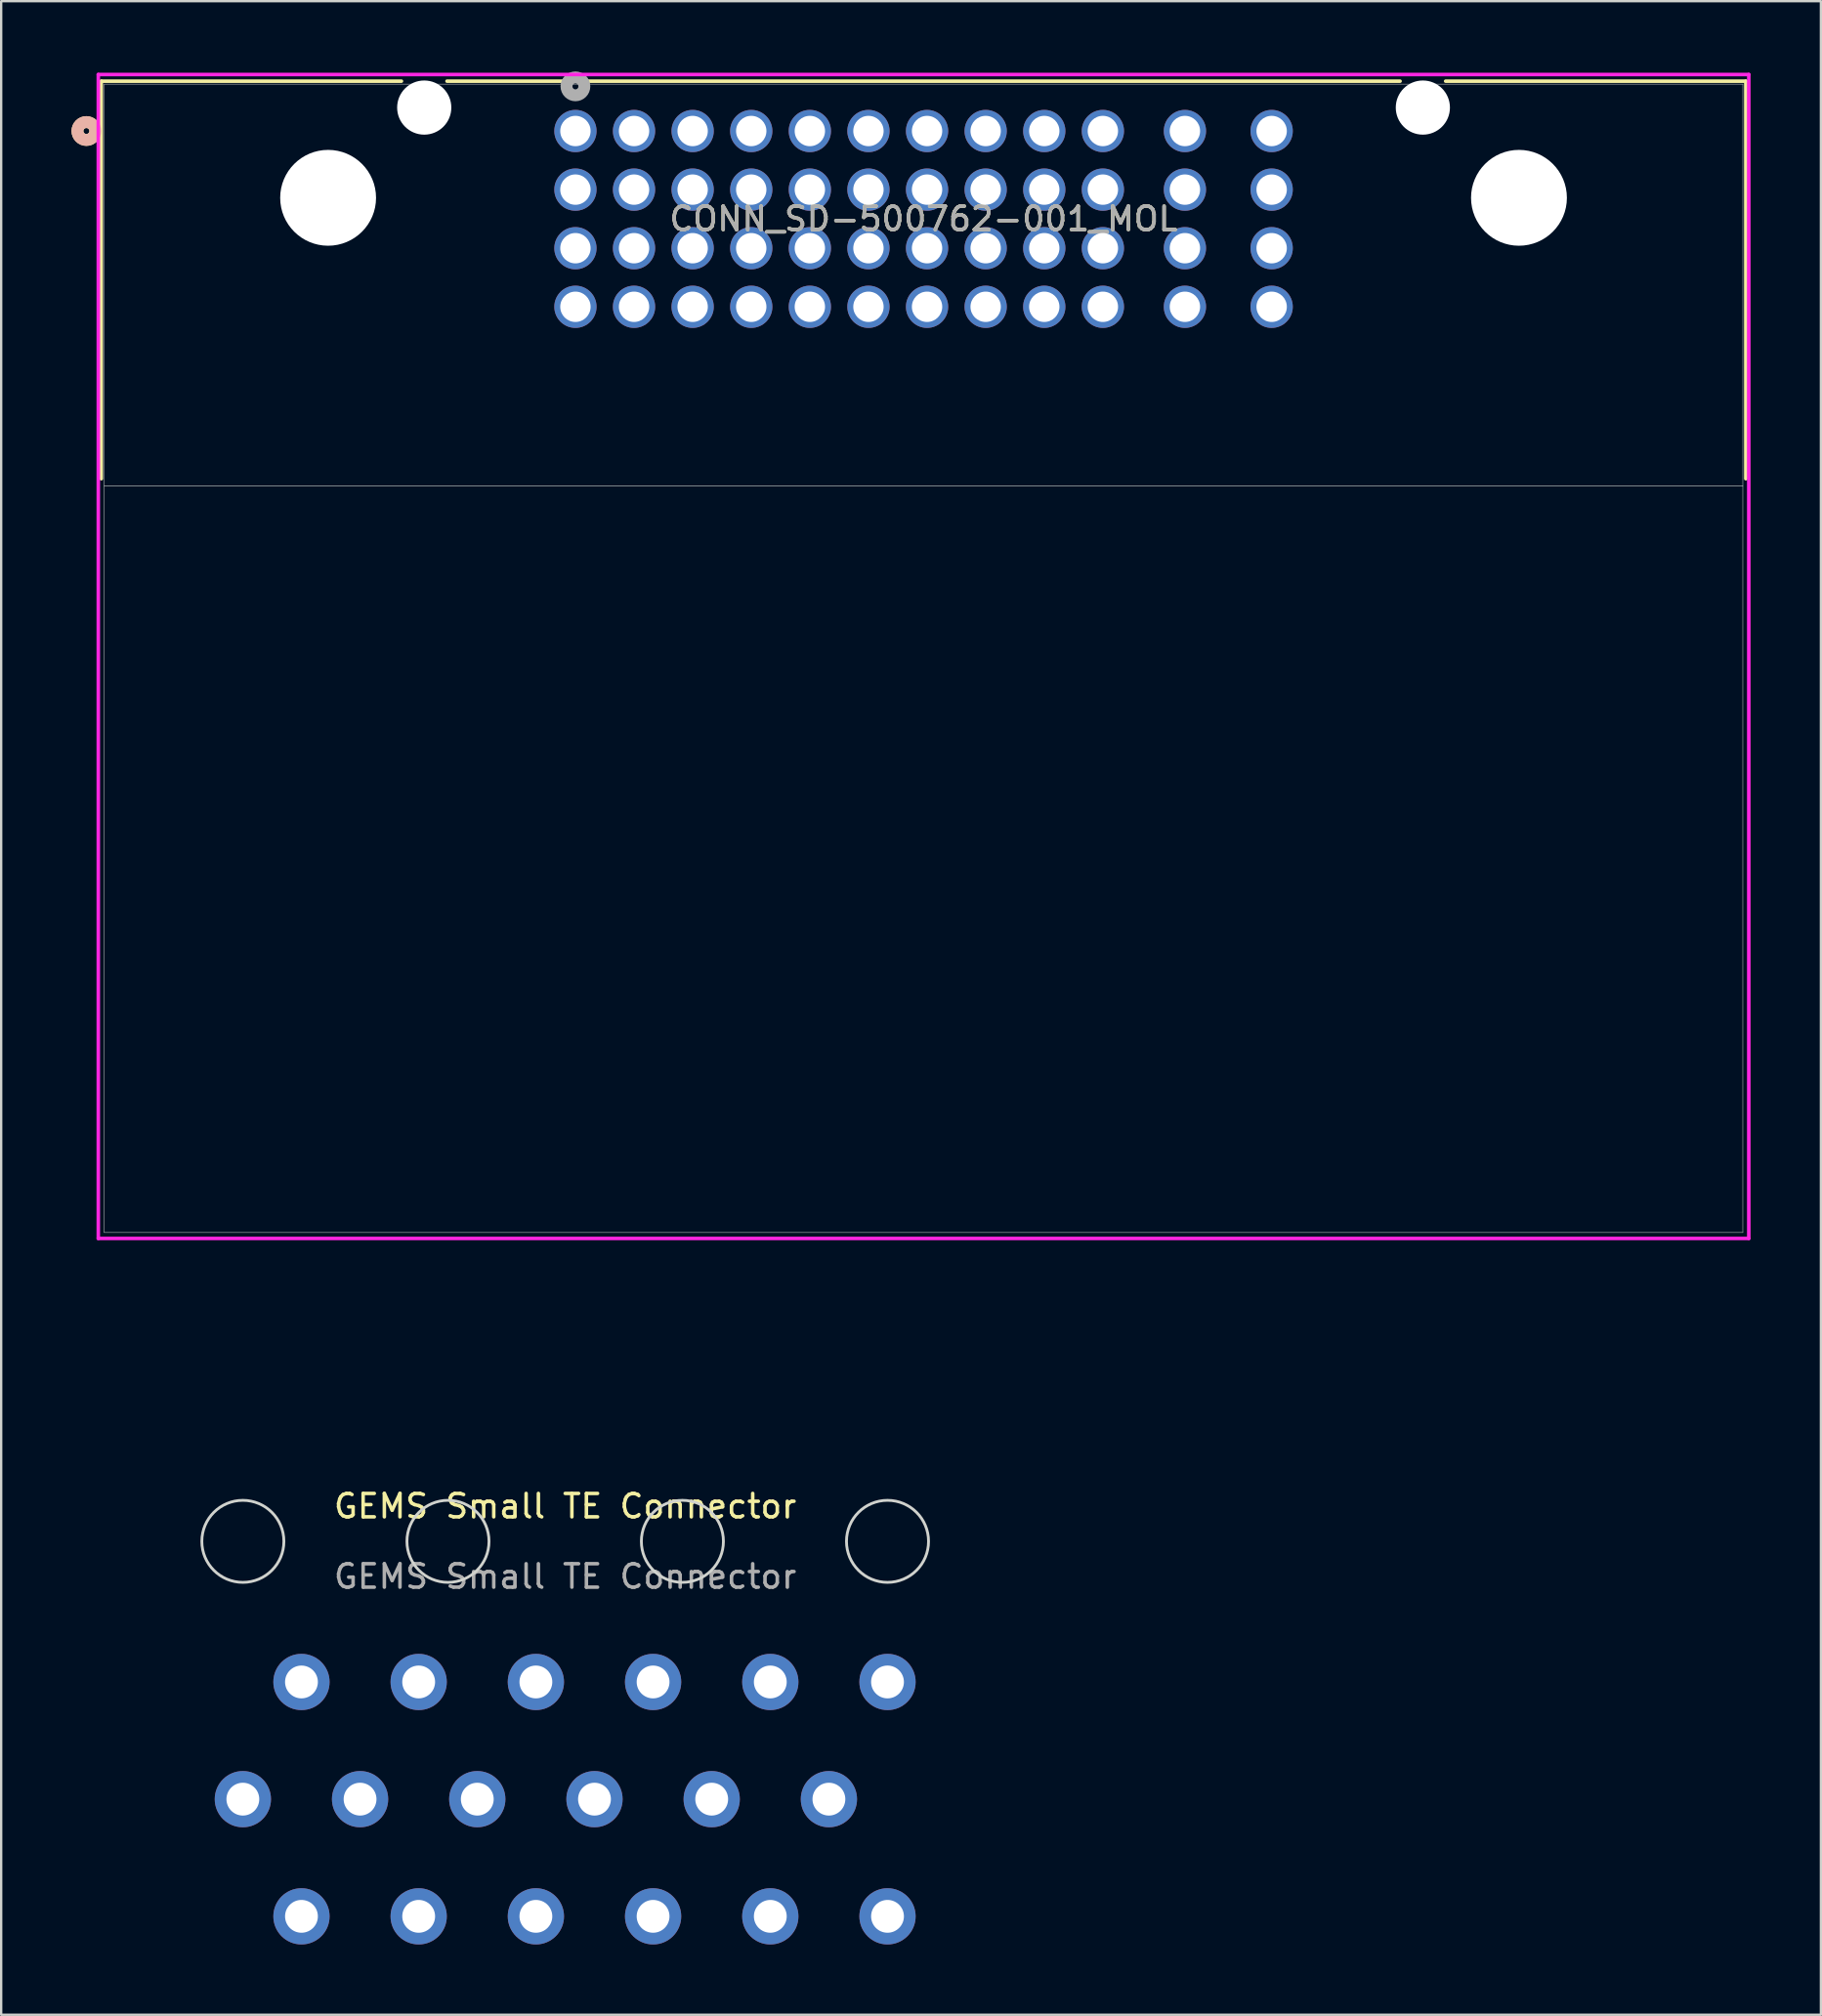
<source format=kicad_pcb>
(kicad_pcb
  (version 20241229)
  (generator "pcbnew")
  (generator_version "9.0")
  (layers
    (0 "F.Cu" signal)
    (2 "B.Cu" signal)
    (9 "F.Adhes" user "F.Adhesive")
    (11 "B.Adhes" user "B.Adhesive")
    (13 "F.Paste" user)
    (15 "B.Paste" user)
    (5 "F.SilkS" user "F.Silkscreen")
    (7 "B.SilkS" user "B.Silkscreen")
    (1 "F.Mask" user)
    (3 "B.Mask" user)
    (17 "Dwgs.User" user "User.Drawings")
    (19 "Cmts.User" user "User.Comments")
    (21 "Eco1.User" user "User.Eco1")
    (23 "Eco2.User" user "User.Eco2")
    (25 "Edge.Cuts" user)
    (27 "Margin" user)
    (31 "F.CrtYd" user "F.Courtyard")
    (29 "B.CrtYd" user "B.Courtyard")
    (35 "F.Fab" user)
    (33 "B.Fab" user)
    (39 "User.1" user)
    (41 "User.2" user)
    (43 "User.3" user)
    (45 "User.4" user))
  (footprint "GEMS Small TE Connector"
    (layer "F.Cu")
    (at 21.06 63.715)
    (property "Reference" "GEMS Small TE Connector" (at 0 -2.5 0) (unlocked yes) (layer "F.SilkS") (effects (font (size 1 1) (thickness 0.15))))
    (attr through_hole)
    (fp_circle (center -13.75 -1) (end -12 -1) (stroke (width 0.12) (type solid)) (fill no) (layer "Edge.Cuts"))
    (fp_circle (center -5 -1) (end -3.25 -1) (stroke (width 0.12) (type solid)) (fill no) (layer "Edge.Cuts"))
    (fp_circle (center 5 -1) (end 6.75 -1) (stroke (width 0.12) (type solid)) (fill no) (layer "Edge.Cuts"))
    (fp_circle (center 13.75 -1) (end 15.5 -1) (stroke (width 0.12) (type solid)) (fill no) (layer "Edge.Cuts"))
    (fp_line (start -21 -6.5) (end 21 -6.5) (stroke (width 0.12) (type solid)) (layer "User.1"))
    (fp_text user "${REFERENCE}" (at 0 0.5 0) (unlocked yes) (layer "F.Fab") (effects (font (size 1 1) (thickness 0.15))))
    (fp_text user "Plug Black CD_344103_E1" (at 0 -10 0) (unlocked yes) (layer "User.1") (effects (font (size 1 1) (thickness 0.15))))
    (pad "1" thru_hole circle (at 13.75 5) (size 2.4 2.4) (drill 1.4) (layers "*.Cu" "*.Mask"))
    (pad "2" thru_hole circle (at 8.75 5) (size 2.4 2.4) (drill 1.4) (layers "*.Cu" "*.Mask"))
    (pad "3" thru_hole circle (at 3.75 5) (size 2.4 2.4) (drill 1.4) (layers "*.Cu" "*.Mask"))
    (pad "4" thru_hole circle (at -1.25 5) (size 2.4 2.4) (drill 1.4) (layers "*.Cu" "*.Mask"))
    (pad "5" thru_hole circle (at -6.25 5) (size 2.4 2.4) (drill 1.4) (layers "*.Cu" "*.Mask"))
    (pad "6" thru_hole circle (at -11.25 5) (size 2.4 2.4) (drill 1.4) (layers "*.Cu" "*.Mask"))
    (pad "7" thru_hole circle (at -13.75 10) (size 2.4 2.4) (drill 1.4) (layers "*.Cu" "*.Mask"))
    (pad "8" thru_hole circle (at -8.75 10) (size 2.4 2.4) (drill 1.4) (layers "*.Cu" "*.Mask"))
    (pad "9" thru_hole circle (at -3.75 10) (size 2.4 2.4) (drill 1.4) (layers "*.Cu" "*.Mask"))
    (pad "10" thru_hole circle (at 1.25 10) (size 2.4 2.4) (drill 1.4) (layers "*.Cu" "*.Mask"))
    (pad "11" thru_hole circle (at 6.25 10) (size 2.4 2.4) (drill 1.4) (layers "*.Cu" "*.Mask"))
    (pad "12" thru_hole circle (at 11.25 10) (size 2.4 2.4) (drill 1.4) (layers "*.Cu" "*.Mask"))
    (pad "13" thru_hole circle (at 13.75 15) (size 2.4 2.4) (drill 1.4) (layers "*.Cu" "*.Mask"))
    (pad "14" thru_hole circle (at 8.75 15) (size 2.4 2.4) (drill 1.4) (layers "*.Cu" "*.Mask"))
    (pad "15" thru_hole circle (at 3.75 15) (size 2.4 2.4) (drill 1.4) (layers "*.Cu" "*.Mask"))
    (pad "16" thru_hole circle (at -1.25 15) (size 2.4 2.4) (drill 1.4) (layers "*.Cu" "*.Mask"))
    (pad "17" thru_hole circle (at -6.25 15) (size 2.4 2.4) (drill 1.4) (layers "*.Cu" "*.Mask"))
    (pad "18" thru_hole circle (at -11.25 15) (size 2.4 2.4) (drill 1.4) (layers "*.Cu" "*.Mask")))
  (footprint "CONN_SD-500762-001_MOL"
    (layer "F.Cu")
    (at 21.497 2.54)
    (property "Reference" "CONN_SD-500762-001_MOL" (at 14.85 3.75 0) (unlocked yes) (layer "F.SilkS") (effects (font (size 1 1) (thickness 0.15))))
    (attr through_hole)
    (fp_line (start -20.227 -2.127) (end -20.227 14.837) (stroke (width 0.152) (type solid)) (layer "F.SilkS"))
    (fp_line (start -7.422 -2.127) (end -20.227 -2.127) (stroke (width 0.152) (type solid)) (layer "F.SilkS"))
    (fp_line (start 35.178 -2.127) (end -5.478 -2.127) (stroke (width 0.152) (type solid)) (layer "F.SilkS"))
    (fp_line (start 49.927 -2.127) (end 37.122 -2.127) (stroke (width 0.152) (type solid)) (layer "F.SilkS"))
    (fp_line (start 49.927 14.837) (end 49.927 -2.127) (stroke (width 0.152) (type solid)) (layer "F.SilkS"))
    (fp_circle (center -20.862 0) (end -20.481 0) (stroke (width 0.508) (type solid)) (fill no) (layer "F.SilkS"))
    (fp_circle (center -20.862 0) (end -20.481 0) (stroke (width 0.508) (type solid)) (fill no) (layer "B.SilkS"))
    (fp_line (start -20.1 15.145) (end 49.8 15.145) (stroke (width 0.025) (type solid)) (layer "Edge.Cuts"))
    (fp_line (start -20.354 -2.41) (end -20.354 47.251) (stroke (width 0.152) (type solid)) (layer "F.CrtYd"))
    (fp_line (start -20.354 47.251) (end 50.054 47.251) (stroke (width 0.152) (type solid)) (layer "F.CrtYd"))
    (fp_line (start 50.054 -2.41) (end -20.354 -2.41) (stroke (width 0.152) (type solid)) (layer "F.CrtYd"))
    (fp_line (start 50.054 47.251) (end 50.054 -2.41) (stroke (width 0.152) (type solid)) (layer "F.CrtYd"))
    (fp_line (start -20.1 -2) (end -20.1 46.997) (stroke (width 0.025) (type solid)) (layer "F.Fab"))
    (fp_line (start -20.1 46.997) (end 49.8 46.997) (stroke (width 0.025) (type solid)) (layer "F.Fab"))
    (fp_line (start 49.8 -2) (end -20.1 -2) (stroke (width 0.025) (type solid)) (layer "F.Fab"))
    (fp_line (start 49.8 46.997) (end 49.8 -2) (stroke (width 0.025) (type solid)) (layer "F.Fab"))
    (fp_circle (center 0 -1.905) (end 0.381 -1.905) (stroke (width 0.508) (type solid)) (fill no) (layer "F.Fab"))
    (fp_text user "${REFERENCE}" (at 14.85 3.75 0) (unlocked yes) (layer "F.Fab") (effects (font (size 1 1) (thickness 0.15))))
    (pad "" np_thru_hole circle (at -10.55 2.85) (size 4.089 4.089) (drill 4.089) (layers "*.Cu" "*.Mask"))
    (pad "" np_thru_hole circle (at -6.45 -1) (size 2.311 2.311) (drill 2.311) (layers "*.Cu" "*.Mask"))
    (pad "" np_thru_hole circle (at 36.15 -1) (size 2.311 2.311) (drill 2.311) (layers "*.Cu" "*.Mask"))
    (pad "" np_thru_hole circle (at 40.25 2.85) (size 4.089 4.089) (drill 4.089) (layers "*.Cu" "*.Mask"))
    (pad "A1" thru_hole circle (at 0 0) (size 1.803 1.803) (drill 1.295) (layers "*.Cu" "*.Mask"))
    (pad "A2" thru_hole circle (at 0 2.5) (size 1.803 1.803) (drill 1.295) (layers "*.Cu" "*.Mask"))
    (pad "A3" thru_hole circle (at 0 5) (size 1.803 1.803) (drill 1.295) (layers "*.Cu" "*.Mask"))
    (pad "A4" thru_hole circle (at 0 7.5) (size 1.803 1.803) (drill 1.295) (layers "*.Cu" "*.Mask"))
    (pad "B1" thru_hole circle (at 2.5 0) (size 1.803 1.803) (drill 1.295) (layers "*.Cu" "*.Mask"))
    (pad "B2" thru_hole circle (at 2.5 2.5) (size 1.803 1.803) (drill 1.295) (layers "*.Cu" "*.Mask"))
    (pad "B3" thru_hole circle (at 2.5 5) (size 1.803 1.803) (drill 1.295) (layers "*.Cu" "*.Mask"))
    (pad "B4" thru_hole circle (at 2.5 7.5) (size 1.803 1.803) (drill 1.295) (layers "*.Cu" "*.Mask"))
    (pad "C1" thru_hole circle (at 5 0) (size 1.803 1.803) (drill 1.295) (layers "*.Cu" "*.Mask"))
    (pad "C2" thru_hole circle (at 5 2.5) (size 1.803 1.803) (drill 1.295) (layers "*.Cu" "*.Mask"))
    (pad "C3" thru_hole circle (at 5 5) (size 1.803 1.803) (drill 1.295) (layers "*.Cu" "*.Mask"))
    (pad "C4" thru_hole circle (at 5 7.5) (size 1.803 1.803) (drill 1.295) (layers "*.Cu" "*.Mask"))
    (pad "D1" thru_hole circle (at 7.5 0) (size 1.803 1.803) (drill 1.295) (layers "*.Cu" "*.Mask"))
    (pad "D2" thru_hole circle (at 7.5 2.5) (size 1.803 1.803) (drill 1.295) (layers "*.Cu" "*.Mask"))
    (pad "D3" thru_hole circle (at 7.5 5) (size 1.803 1.803) (drill 1.295) (layers "*.Cu" "*.Mask"))
    (pad "D4" thru_hole circle (at 7.5 7.5) (size 1.803 1.803) (drill 1.295) (layers "*.Cu" "*.Mask"))
    (pad "E1" thru_hole circle (at 10 0) (size 1.803 1.803) (drill 1.295) (layers "*.Cu" "*.Mask"))
    (pad "E2" thru_hole circle (at 10 2.5) (size 1.803 1.803) (drill 1.295) (layers "*.Cu" "*.Mask"))
    (pad "E3" thru_hole circle (at 10 5) (size 1.803 1.803) (drill 1.295) (layers "*.Cu" "*.Mask"))
    (pad "E4" thru_hole circle (at 10 7.5) (size 1.803 1.803) (drill 1.295) (layers "*.Cu" "*.Mask"))
    (pad "F1" thru_hole circle (at 12.5 0) (size 1.803 1.803) (drill 1.295) (layers "*.Cu" "*.Mask"))
    (pad "F2" thru_hole circle (at 12.5 2.5) (size 1.803 1.803) (drill 1.295) (layers "*.Cu" "*.Mask"))
    (pad "F3" thru_hole circle (at 12.5 5) (size 1.803 1.803) (drill 1.295) (layers "*.Cu" "*.Mask"))
    (pad "F4" thru_hole circle (at 12.5 7.5) (size 1.803 1.803) (drill 1.295) (layers "*.Cu" "*.Mask"))
    (pad "G1" thru_hole circle (at 15 0) (size 1.803 1.803) (drill 1.295) (layers "*.Cu" "*.Mask"))
    (pad "G2" thru_hole circle (at 15 2.5) (size 1.803 1.803) (drill 1.295) (layers "*.Cu" "*.Mask"))
    (pad "G3" thru_hole circle (at 15 5) (size 1.803 1.803) (drill 1.295) (layers "*.Cu" "*.Mask"))
    (pad "G4" thru_hole circle (at 15 7.5) (size 1.803 1.803) (drill 1.295) (layers "*.Cu" "*.Mask"))
    (pad "H1" thru_hole circle (at 17.5 0) (size 1.803 1.803) (drill 1.295) (layers "*.Cu" "*.Mask"))
    (pad "H2" thru_hole circle (at 17.5 2.5) (size 1.803 1.803) (drill 1.295) (layers "*.Cu" "*.Mask"))
    (pad "H3" thru_hole circle (at 17.5 5) (size 1.803 1.803) (drill 1.295) (layers "*.Cu" "*.Mask"))
    (pad "H4" thru_hole circle (at 17.5 7.5) (size 1.803 1.803) (drill 1.295) (layers "*.Cu" "*.Mask"))
    (pad "J1" thru_hole circle (at 20 0) (size 1.803 1.803) (drill 1.295) (layers "*.Cu" "*.Mask"))
    (pad "J2" thru_hole circle (at 20 2.5) (size 1.803 1.803) (drill 1.295) (layers "*.Cu" "*.Mask"))
    (pad "J3" thru_hole circle (at 20 5) (size 1.803 1.803) (drill 1.295) (layers "*.Cu" "*.Mask"))
    (pad "J4" thru_hole circle (at 20 7.5) (size 1.803 1.803) (drill 1.295) (layers "*.Cu" "*.Mask"))
    (pad "K1" thru_hole circle (at 22.5 0) (size 1.803 1.803) (drill 1.295) (layers "*.Cu" "*.Mask"))
    (pad "K2" thru_hole circle (at 22.5 2.5) (size 1.803 1.803) (drill 1.295) (layers "*.Cu" "*.Mask"))
    (pad "K3" thru_hole circle (at 22.5 5) (size 1.803 1.803) (drill 1.295) (layers "*.Cu" "*.Mask"))
    (pad "K4" thru_hole circle (at 22.5 7.5) (size 1.803 1.803) (drill 1.295) (layers "*.Cu" "*.Mask"))
    (pad "L1" thru_hole circle (at 26 0) (size 1.803 1.803) (drill 1.295) (layers "*.Cu" "*.Mask"))
    (pad "L2" thru_hole circle (at 26 2.5) (size 1.803 1.803) (drill 1.295) (layers "*.Cu" "*.Mask"))
    (pad "L3" thru_hole circle (at 26 5) (size 1.803 1.803) (drill 1.295) (layers "*.Cu" "*.Mask"))
    (pad "L4" thru_hole circle (at 26 7.5) (size 1.803 1.803) (drill 1.295) (layers "*.Cu" "*.Mask"))
    (pad "M1" thru_hole circle (at 29.7 0) (size 1.803 1.803) (drill 1.295) (layers "*.Cu" "*.Mask"))
    (pad "M2" thru_hole circle (at 29.7 2.5) (size 1.803 1.803) (drill 1.295) (layers "*.Cu" "*.Mask"))
    (pad "M3" thru_hole circle (at 29.7 5) (size 1.803 1.803) (drill 1.295) (layers "*.Cu" "*.Mask"))
    (pad "M4" thru_hole circle (at 29.7 7.5) (size 1.803 1.803) (drill 1.295) (layers "*.Cu" "*.Mask")))
  (gr_rect
    (start -3 -3)
    (end 74.628 82.915)
    (stroke (width 0.1) (type default))
    (fill no)
    (layer "Edge.Cuts")))
</source>
